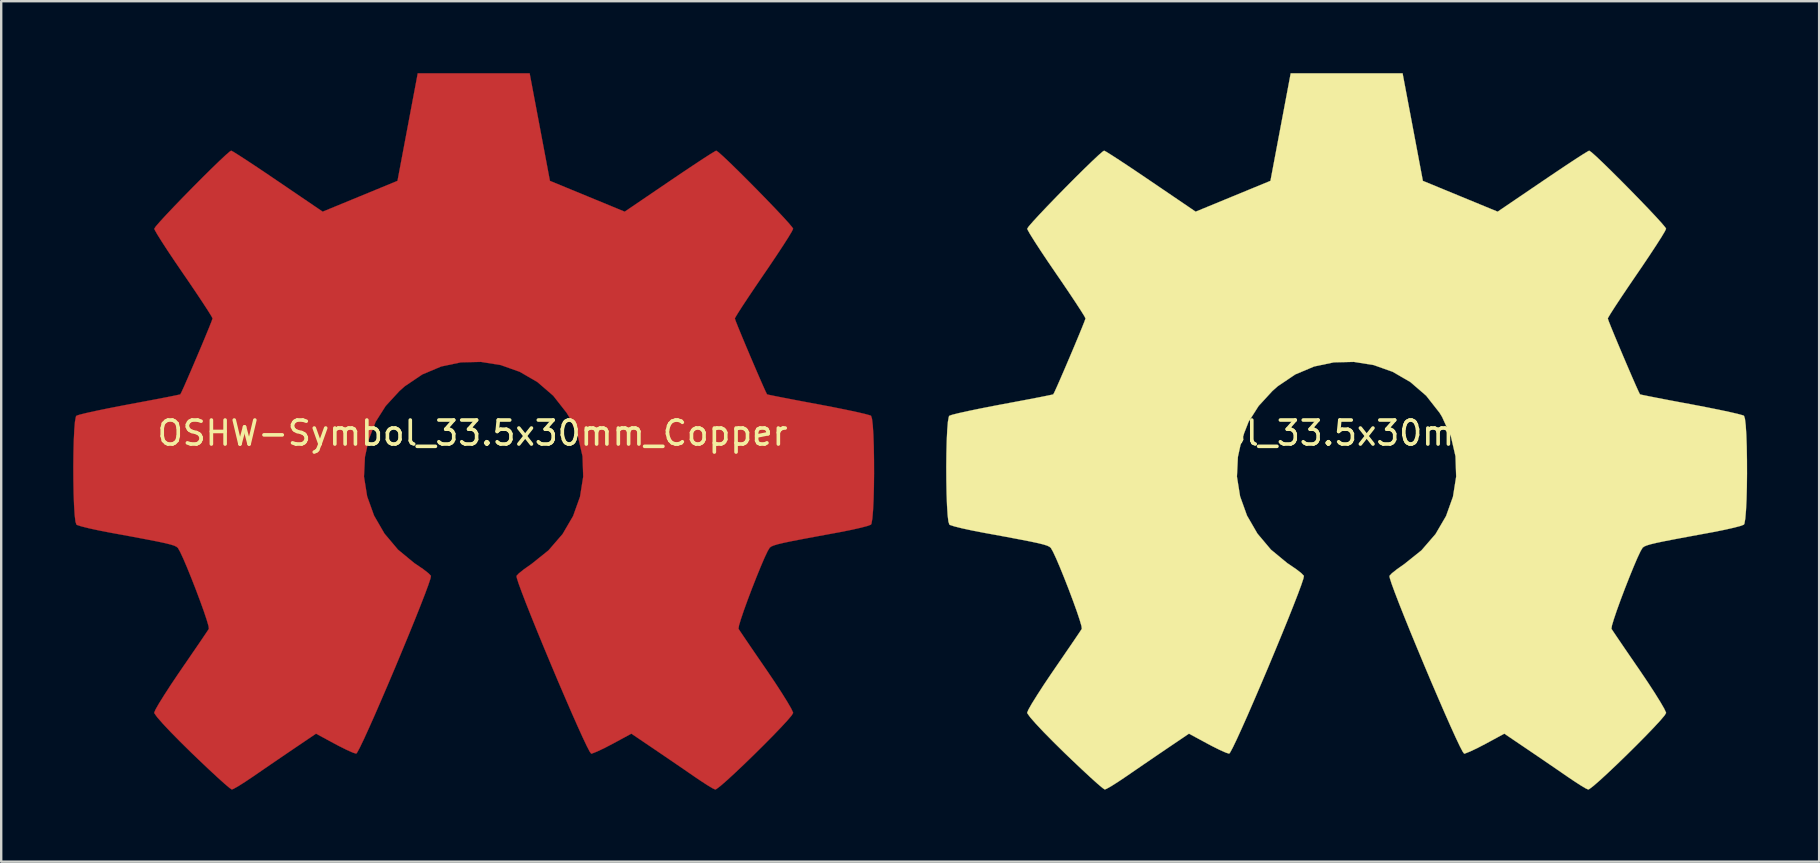
<source format=kicad_pcb>
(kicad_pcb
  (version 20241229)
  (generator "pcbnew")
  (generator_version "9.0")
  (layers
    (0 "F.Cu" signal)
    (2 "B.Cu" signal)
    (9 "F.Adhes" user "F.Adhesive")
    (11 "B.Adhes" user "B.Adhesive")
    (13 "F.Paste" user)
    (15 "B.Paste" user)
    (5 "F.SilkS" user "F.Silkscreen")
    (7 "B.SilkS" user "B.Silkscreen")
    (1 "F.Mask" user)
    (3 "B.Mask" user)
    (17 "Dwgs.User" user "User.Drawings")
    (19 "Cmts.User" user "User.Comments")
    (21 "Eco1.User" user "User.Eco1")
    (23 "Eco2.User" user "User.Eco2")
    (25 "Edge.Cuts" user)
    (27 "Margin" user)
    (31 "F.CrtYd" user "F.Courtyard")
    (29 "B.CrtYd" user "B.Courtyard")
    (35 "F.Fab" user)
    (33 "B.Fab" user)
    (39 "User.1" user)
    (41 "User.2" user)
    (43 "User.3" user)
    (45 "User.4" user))
  (footprint "OSHW-Symbol_33.5x30mm_SilkScreen"
    (layer "F.Cu")
    (at 53.003 14.993)
    (property "Reference" "OSHW-Symbol_33.5x30mm_SilkScreen" (at 0 0 0) (layer "F.SilkS") (effects (font (size 1 1) (thickness 0.15))))
    (attr exclude_from_pos_files exclude_from_bom allow_missing_courtyard)
    (fp_poly (pts (xy 2.8 -12.748) (xy 3.222 -10.509) (xy 4.779 -9.867) (xy 6.337 -9.225) (xy 8.206 -10.495) (xy 8.73 -10.849) (xy 9.203 -11.165) (xy 9.603 -11.429) (xy 9.91 -11.626) (xy 10.1 -11.741) (xy 10.151 -11.766) (xy 10.244 -11.702) (xy 10.443 -11.525) (xy 10.726 -11.257) (xy 11.07 -10.921) (xy 11.453 -10.54) (xy 11.852 -10.137) (xy 12.246 -9.733) (xy 12.612 -9.352) (xy 12.927 -9.017) (xy 13.17 -8.75) (xy 13.318 -8.573) (xy 13.354 -8.514) (xy 13.303 -8.405) (xy 13.16 -8.166) (xy 12.94 -7.821) (xy 12.658 -7.393) (xy 12.33 -6.905) (xy 12.14 -6.627) (xy 11.793 -6.118) (xy 11.485 -5.66) (xy 11.23 -5.274) (xy 11.044 -4.983) (xy 10.941 -4.81) (xy 10.926 -4.774) (xy 10.961 -4.67) (xy 11.056 -4.43) (xy 11.197 -4.086) (xy 11.37 -3.672) (xy 11.56 -3.222) (xy 11.753 -2.77) (xy 11.934 -2.35) (xy 12.089 -1.996) (xy 12.204 -1.741) (xy 12.265 -1.619) (xy 12.268 -1.615) (xy 12.363 -1.591) (xy 12.615 -1.54) (xy 12.999 -1.464) (xy 13.488 -1.37) (xy 14.056 -1.263) (xy 14.387 -1.202) (xy 14.994 -1.086) (xy 15.542 -0.976) (xy 16.004 -0.878) (xy 16.352 -0.797) (xy 16.557 -0.74) (xy 16.599 -0.722) (xy 16.639 -0.599) (xy 16.672 -0.323) (xy 16.697 0.076) (xy 16.714 0.564) (xy 16.723 1.11) (xy 16.725 1.68) (xy 16.719 2.242) (xy 16.705 2.765) (xy 16.683 3.215) (xy 16.654 3.56) (xy 16.618 3.768) (xy 16.596 3.812) (xy 16.464 3.864) (xy 16.185 3.938) (xy 15.796 4.026) (xy 15.333 4.119) (xy 15.172 4.149) (xy 14.393 4.292) (xy 13.777 4.407) (xy 13.305 4.498) (xy 12.956 4.571) (xy 12.71 4.63) (xy 12.546 4.68) (xy 12.444 4.724) (xy 12.384 4.768) (xy 12.375 4.777) (xy 12.291 4.918) (xy 12.162 5.191) (xy 12.002 5.565) (xy 11.823 6.004) (xy 11.638 6.475) (xy 11.46 6.946) (xy 11.302 7.382) (xy 11.178 7.75) (xy 11.098 8.017) (xy 11.078 8.149) (xy 11.079 8.153) (xy 11.15 8.261) (xy 11.309 8.497) (xy 11.541 8.839) (xy 11.829 9.26) (xy 12.156 9.736) (xy 12.249 9.871) (xy 12.58 10.362) (xy 12.872 10.81) (xy 13.108 11.189) (xy 13.273 11.473) (xy 13.35 11.638) (xy 13.354 11.658) (xy 13.289 11.764) (xy 13.11 11.975) (xy 12.84 12.267) (xy 12.502 12.618) (xy 12.119 13.005) (xy 11.714 13.406) (xy 11.309 13.799) (xy 10.928 14.159) (xy 10.594 14.466) (xy 10.33 14.696) (xy 10.159 14.826) (xy 10.112 14.848) (xy 10.001 14.798) (xy 9.775 14.662) (xy 9.471 14.464) (xy 9.236 14.305) (xy 8.812 14.013) (xy 8.309 13.669) (xy 7.804 13.325) (xy 7.533 13.141) (xy 6.615 12.52) (xy 5.845 12.937) (xy 5.494 13.12) (xy 5.195 13.261) (xy 4.993 13.342) (xy 4.942 13.354) (xy 4.88 13.27) (xy 4.758 13.036) (xy 4.585 12.671) (xy 4.37 12.197) (xy 4.122 11.637) (xy 3.851 11.011) (xy 3.564 10.343) (xy 3.273 9.652) (xy 2.985 8.961) (xy 2.709 8.292) (xy 2.456 7.666) (xy 2.233 7.105) (xy 2.051 6.631) (xy 1.917 6.265) (xy 1.842 6.029) (xy 1.83 5.948) (xy 1.926 5.844) (xy 2.136 5.676) (xy 2.416 5.479) (xy 2.44 5.463) (xy 3.164 4.883) (xy 3.749 4.206) (xy 4.188 3.454) (xy 4.476 2.649) (xy 4.609 1.812) (xy 4.581 0.965) (xy 4.388 0.129) (xy 4.024 -0.673) (xy 3.917 -0.849) (xy 3.36 -1.558) (xy 2.701 -2.127) (xy 1.965 -2.554) (xy 1.173 -2.835) (xy 0.348 -2.967) (xy -0.487 -2.948) (xy -1.309 -2.775) (xy -2.095 -2.444) (xy -2.823 -1.953) (xy -3.048 -1.754) (xy -3.621 -1.13) (xy -4.038 -0.473) (xy -4.325 0.263) (xy -4.484 0.993) (xy -4.524 1.813) (xy -4.392 2.636) (xy -4.104 3.437) (xy -3.671 4.185) (xy -3.108 4.854) (xy -2.427 5.416) (xy -2.338 5.475) (xy -2.054 5.669) (xy -1.839 5.837) (xy -1.736 5.944) (xy -1.734 5.948) (xy -1.756 6.064) (xy -1.844 6.327) (xy -1.988 6.716) (xy -2.18 7.209) (xy -2.409 7.784) (xy -2.668 8.42) (xy -2.947 9.095) (xy -3.236 9.788) (xy -3.528 10.476) (xy -3.812 11.137) (xy -4.079 11.752) (xy -4.322 12.297) (xy -4.529 12.751) (xy -4.693 13.092) (xy -4.804 13.299) (xy -4.848 13.354) (xy -4.985 13.311) (xy -5.24 13.198) (xy -5.57 13.033) (xy -5.751 12.937) (xy -6.522 12.52) (xy -7.44 13.141) (xy -7.908 13.459) (xy -8.421 13.809) (xy -8.902 14.139) (xy -9.143 14.305) (xy -9.482 14.532) (xy -9.768 14.713) (xy -9.966 14.823) (xy -10.03 14.846) (xy -10.123 14.783) (xy -10.33 14.608) (xy -10.63 14.338) (xy -11.003 13.992) (xy -11.429 13.588) (xy -11.699 13.329) (xy -12.17 12.865) (xy -12.578 12.451) (xy -12.905 12.103) (xy -13.135 11.84) (xy -13.252 11.678) (xy -13.263 11.646) (xy -13.211 11.521) (xy -13.068 11.269) (xy -12.848 10.916) (xy -12.57 10.486) (xy -12.247 10.005) (xy -12.155 9.871) (xy -11.821 9.384) (xy -11.521 8.946) (xy -11.272 8.581) (xy -11.091 8.313) (xy -10.995 8.168) (xy -10.986 8.153) (xy -11 8.038) (xy -11.074 7.783) (xy -11.194 7.424) (xy -11.349 6.994) (xy -11.525 6.525) (xy -11.71 6.052) (xy -11.89 5.608) (xy -12.053 5.226) (xy -12.186 4.941) (xy -12.275 4.785) (xy -12.282 4.777) (xy -12.337 4.733) (xy -12.429 4.688) (xy -12.58 4.64) (xy -12.809 4.583) (xy -13.137 4.513) (xy -13.584 4.426) (xy -14.17 4.315) (xy -14.917 4.178) (xy -15.078 4.149) (xy -15.557 4.056) (xy -15.974 3.966) (xy -16.294 3.886) (xy -16.478 3.826) (xy -16.502 3.812) (xy -16.543 3.687) (xy -16.576 3.409) (xy -16.601 3.009) (xy -16.619 2.52) (xy -16.629 1.974) (xy -16.632 1.404) (xy -16.626 0.842) (xy -16.613 0.32) (xy -16.592 -0.129) (xy -16.564 -0.473) (xy -16.527 -0.68) (xy -16.505 -0.722) (xy -16.383 -0.765) (xy -16.105 -0.834) (xy -15.698 -0.924) (xy -15.19 -1.029) (xy -14.61 -1.142) (xy -14.294 -1.202) (xy -13.694 -1.314) (xy -13.159 -1.415) (xy -12.715 -1.501) (xy -12.388 -1.567) (xy -12.205 -1.606) (xy -12.175 -1.615) (xy -12.124 -1.713) (xy -12.016 -1.95) (xy -11.866 -2.292) (xy -11.688 -2.704) (xy -11.496 -3.154) (xy -11.304 -3.607) (xy -11.128 -4.029) (xy -10.981 -4.386) (xy -10.878 -4.645) (xy -10.833 -4.772) (xy -10.832 -4.778) (xy -10.883 -4.878) (xy -11.026 -5.108) (xy -11.246 -5.446) (xy -11.527 -5.868) (xy -11.855 -6.352) (xy -12.046 -6.63) (xy -12.394 -7.14) (xy -12.703 -7.602) (xy -12.958 -7.995) (xy -13.144 -8.293) (xy -13.246 -8.475) (xy -13.26 -8.515) (xy -13.197 -8.61) (xy -13.022 -8.812) (xy -12.758 -9.099) (xy -12.428 -9.448) (xy -12.052 -9.837) (xy -11.655 -10.242) (xy -11.257 -10.642) (xy -10.882 -11.013) (xy -10.551 -11.333) (xy -10.288 -11.58) (xy -10.114 -11.73) (xy -10.056 -11.766) (xy -9.961 -11.716) (xy -9.734 -11.574) (xy -9.398 -11.356) (xy -8.973 -11.075) (xy -8.483 -10.746) (xy -8.113 -10.495) (xy -6.244 -9.225) (xy -4.686 -9.867) (xy -3.128 -10.509) (xy -2.706 -12.748) (xy -2.284 -14.988) (xy 2.377 -14.988) (xy 2.8 -12.748)) (stroke (width 0.01) (type solid)) (fill yes) (layer "F.SilkS")))
  (footprint "OSHW-Symbol_33.5x30mm_Copper"
    (layer "F.Cu")
    (at 16.637 14.993)
    (property "Reference" "OSHW-Symbol_33.5x30mm_Copper" (at 0 0 0) (layer "F.SilkS") (effects (font (size 1 1) (thickness 0.15))))
    (attr exclude_from_pos_files exclude_from_bom allow_missing_courtyard)
    (fp_poly (pts (xy 2.8 -12.748) (xy 3.222 -10.509) (xy 4.779 -9.867) (xy 6.337 -9.225) (xy 8.206 -10.495) (xy 8.73 -10.849) (xy 9.203 -11.165) (xy 9.603 -11.429) (xy 9.91 -11.626) (xy 10.1 -11.741) (xy 10.151 -11.766) (xy 10.244 -11.702) (xy 10.443 -11.525) (xy 10.726 -11.257) (xy 11.07 -10.921) (xy 11.453 -10.54) (xy 11.852 -10.137) (xy 12.246 -9.733) (xy 12.612 -9.352) (xy 12.927 -9.017) (xy 13.17 -8.75) (xy 13.318 -8.573) (xy 13.354 -8.514) (xy 13.303 -8.405) (xy 13.16 -8.166) (xy 12.94 -7.821) (xy 12.658 -7.393) (xy 12.33 -6.905) (xy 12.14 -6.627) (xy 11.793 -6.118) (xy 11.485 -5.66) (xy 11.23 -5.274) (xy 11.044 -4.983) (xy 10.941 -4.81) (xy 10.926 -4.774) (xy 10.961 -4.67) (xy 11.056 -4.43) (xy 11.197 -4.086) (xy 11.37 -3.672) (xy 11.56 -3.222) (xy 11.753 -2.77) (xy 11.934 -2.35) (xy 12.089 -1.996) (xy 12.204 -1.741) (xy 12.265 -1.619) (xy 12.268 -1.615) (xy 12.363 -1.591) (xy 12.615 -1.54) (xy 12.999 -1.464) (xy 13.488 -1.37) (xy 14.056 -1.263) (xy 14.387 -1.202) (xy 14.994 -1.086) (xy 15.542 -0.976) (xy 16.004 -0.878) (xy 16.352 -0.797) (xy 16.557 -0.74) (xy 16.599 -0.722) (xy 16.639 -0.599) (xy 16.672 -0.323) (xy 16.697 0.076) (xy 16.714 0.564) (xy 16.723 1.11) (xy 16.725 1.68) (xy 16.719 2.242) (xy 16.705 2.765) (xy 16.683 3.215) (xy 16.654 3.56) (xy 16.618 3.768) (xy 16.596 3.812) (xy 16.464 3.864) (xy 16.185 3.938) (xy 15.796 4.026) (xy 15.333 4.119) (xy 15.172 4.149) (xy 14.393 4.292) (xy 13.777 4.407) (xy 13.305 4.498) (xy 12.956 4.571) (xy 12.71 4.63) (xy 12.546 4.68) (xy 12.444 4.724) (xy 12.384 4.768) (xy 12.375 4.777) (xy 12.291 4.918) (xy 12.162 5.191) (xy 12.002 5.565) (xy 11.823 6.004) (xy 11.638 6.475) (xy 11.46 6.946) (xy 11.302 7.382) (xy 11.178 7.75) (xy 11.098 8.017) (xy 11.078 8.149) (xy 11.079 8.153) (xy 11.15 8.261) (xy 11.309 8.497) (xy 11.541 8.839) (xy 11.829 9.26) (xy 12.156 9.736) (xy 12.249 9.871) (xy 12.58 10.362) (xy 12.872 10.81) (xy 13.108 11.189) (xy 13.273 11.473) (xy 13.35 11.638) (xy 13.354 11.658) (xy 13.289 11.764) (xy 13.11 11.975) (xy 12.84 12.267) (xy 12.502 12.618) (xy 12.119 13.005) (xy 11.714 13.406) (xy 11.309 13.799) (xy 10.928 14.159) (xy 10.594 14.466) (xy 10.33 14.696) (xy 10.159 14.826) (xy 10.112 14.848) (xy 10.001 14.798) (xy 9.775 14.662) (xy 9.471 14.464) (xy 9.236 14.305) (xy 8.812 14.013) (xy 8.309 13.669) (xy 7.804 13.325) (xy 7.533 13.141) (xy 6.615 12.52) (xy 5.845 12.937) (xy 5.494 13.12) (xy 5.195 13.261) (xy 4.993 13.342) (xy 4.942 13.354) (xy 4.88 13.27) (xy 4.758 13.036) (xy 4.585 12.671) (xy 4.37 12.197) (xy 4.122 11.637) (xy 3.851 11.011) (xy 3.564 10.343) (xy 3.273 9.652) (xy 2.985 8.961) (xy 2.709 8.292) (xy 2.456 7.666) (xy 2.233 7.105) (xy 2.051 6.631) (xy 1.917 6.265) (xy 1.842 6.029) (xy 1.83 5.948) (xy 1.926 5.844) (xy 2.136 5.676) (xy 2.416 5.479) (xy 2.44 5.463) (xy 3.164 4.883) (xy 3.749 4.206) (xy 4.188 3.454) (xy 4.476 2.649) (xy 4.609 1.812) (xy 4.581 0.965) (xy 4.388 0.129) (xy 4.024 -0.673) (xy 3.917 -0.849) (xy 3.36 -1.558) (xy 2.701 -2.127) (xy 1.965 -2.554) (xy 1.173 -2.835) (xy 0.348 -2.967) (xy -0.487 -2.948) (xy -1.309 -2.775) (xy -2.095 -2.444) (xy -2.823 -1.953) (xy -3.048 -1.754) (xy -3.621 -1.13) (xy -4.038 -0.473) (xy -4.325 0.263) (xy -4.484 0.993) (xy -4.524 1.813) (xy -4.392 2.636) (xy -4.104 3.437) (xy -3.671 4.185) (xy -3.108 4.854) (xy -2.427 5.416) (xy -2.338 5.475) (xy -2.054 5.669) (xy -1.839 5.837) (xy -1.736 5.944) (xy -1.734 5.948) (xy -1.756 6.064) (xy -1.844 6.327) (xy -1.988 6.716) (xy -2.18 7.209) (xy -2.409 7.784) (xy -2.668 8.42) (xy -2.947 9.095) (xy -3.236 9.788) (xy -3.528 10.476) (xy -3.812 11.137) (xy -4.079 11.752) (xy -4.322 12.297) (xy -4.529 12.751) (xy -4.693 13.092) (xy -4.804 13.299) (xy -4.848 13.354) (xy -4.985 13.311) (xy -5.24 13.198) (xy -5.57 13.033) (xy -5.751 12.937) (xy -6.522 12.52) (xy -7.44 13.141) (xy -7.908 13.459) (xy -8.421 13.809) (xy -8.902 14.139) (xy -9.143 14.305) (xy -9.482 14.532) (xy -9.768 14.713) (xy -9.966 14.823) (xy -10.03 14.846) (xy -10.123 14.783) (xy -10.33 14.608) (xy -10.63 14.338) (xy -11.003 13.992) (xy -11.429 13.588) (xy -11.699 13.329) (xy -12.17 12.865) (xy -12.578 12.451) (xy -12.905 12.103) (xy -13.135 11.84) (xy -13.252 11.678) (xy -13.263 11.646) (xy -13.211 11.521) (xy -13.068 11.269) (xy -12.848 10.916) (xy -12.57 10.486) (xy -12.247 10.005) (xy -12.155 9.871) (xy -11.821 9.384) (xy -11.521 8.946) (xy -11.272 8.581) (xy -11.091 8.313) (xy -10.995 8.168) (xy -10.986 8.153) (xy -11 8.038) (xy -11.074 7.783) (xy -11.194 7.424) (xy -11.349 6.994) (xy -11.525 6.525) (xy -11.71 6.052) (xy -11.89 5.608) (xy -12.053 5.226) (xy -12.186 4.941) (xy -12.275 4.785) (xy -12.282 4.777) (xy -12.337 4.733) (xy -12.429 4.688) (xy -12.58 4.64) (xy -12.809 4.583) (xy -13.137 4.513) (xy -13.584 4.426) (xy -14.17 4.315) (xy -14.917 4.178) (xy -15.078 4.149) (xy -15.557 4.056) (xy -15.974 3.966) (xy -16.294 3.886) (xy -16.478 3.826) (xy -16.502 3.812) (xy -16.543 3.687) (xy -16.576 3.409) (xy -16.601 3.009) (xy -16.619 2.52) (xy -16.629 1.974) (xy -16.632 1.404) (xy -16.626 0.842) (xy -16.613 0.32) (xy -16.592 -0.129) (xy -16.564 -0.473) (xy -16.527 -0.68) (xy -16.505 -0.722) (xy -16.383 -0.765) (xy -16.105 -0.834) (xy -15.698 -0.924) (xy -15.19 -1.029) (xy -14.61 -1.142) (xy -14.294 -1.202) (xy -13.694 -1.314) (xy -13.159 -1.415) (xy -12.715 -1.501) (xy -12.388 -1.567) (xy -12.205 -1.606) (xy -12.175 -1.615) (xy -12.124 -1.713) (xy -12.016 -1.95) (xy -11.866 -2.292) (xy -11.688 -2.704) (xy -11.496 -3.154) (xy -11.304 -3.607) (xy -11.128 -4.029) (xy -10.981 -4.386) (xy -10.878 -4.645) (xy -10.833 -4.772) (xy -10.832 -4.778) (xy -10.883 -4.878) (xy -11.026 -5.108) (xy -11.246 -5.446) (xy -11.527 -5.868) (xy -11.855 -6.352) (xy -12.046 -6.63) (xy -12.394 -7.14) (xy -12.703 -7.602) (xy -12.958 -7.995) (xy -13.144 -8.293) (xy -13.246 -8.475) (xy -13.26 -8.515) (xy -13.197 -8.61) (xy -13.022 -8.812) (xy -12.758 -9.099) (xy -12.428 -9.448) (xy -12.052 -9.837) (xy -11.655 -10.242) (xy -11.257 -10.642) (xy -10.882 -11.013) (xy -10.551 -11.333) (xy -10.288 -11.58) (xy -10.114 -11.73) (xy -10.056 -11.766) (xy -9.961 -11.716) (xy -9.734 -11.574) (xy -9.398 -11.356) (xy -8.973 -11.075) (xy -8.483 -10.746) (xy -8.113 -10.495) (xy -6.244 -9.225) (xy -4.686 -9.867) (xy -3.128 -10.509) (xy -2.706 -12.748) (xy -2.284 -14.988) (xy 2.377 -14.988) (xy 2.8 -12.748)) (stroke (width 0.01) (type solid)) (fill yes) (layer "F.Cu")))
  (gr_rect
    (start -3 -3)
    (end 72.733 32.846)
    (stroke (width 0.1) (type default))
    (fill no)
    (layer "Edge.Cuts")))
</source>
